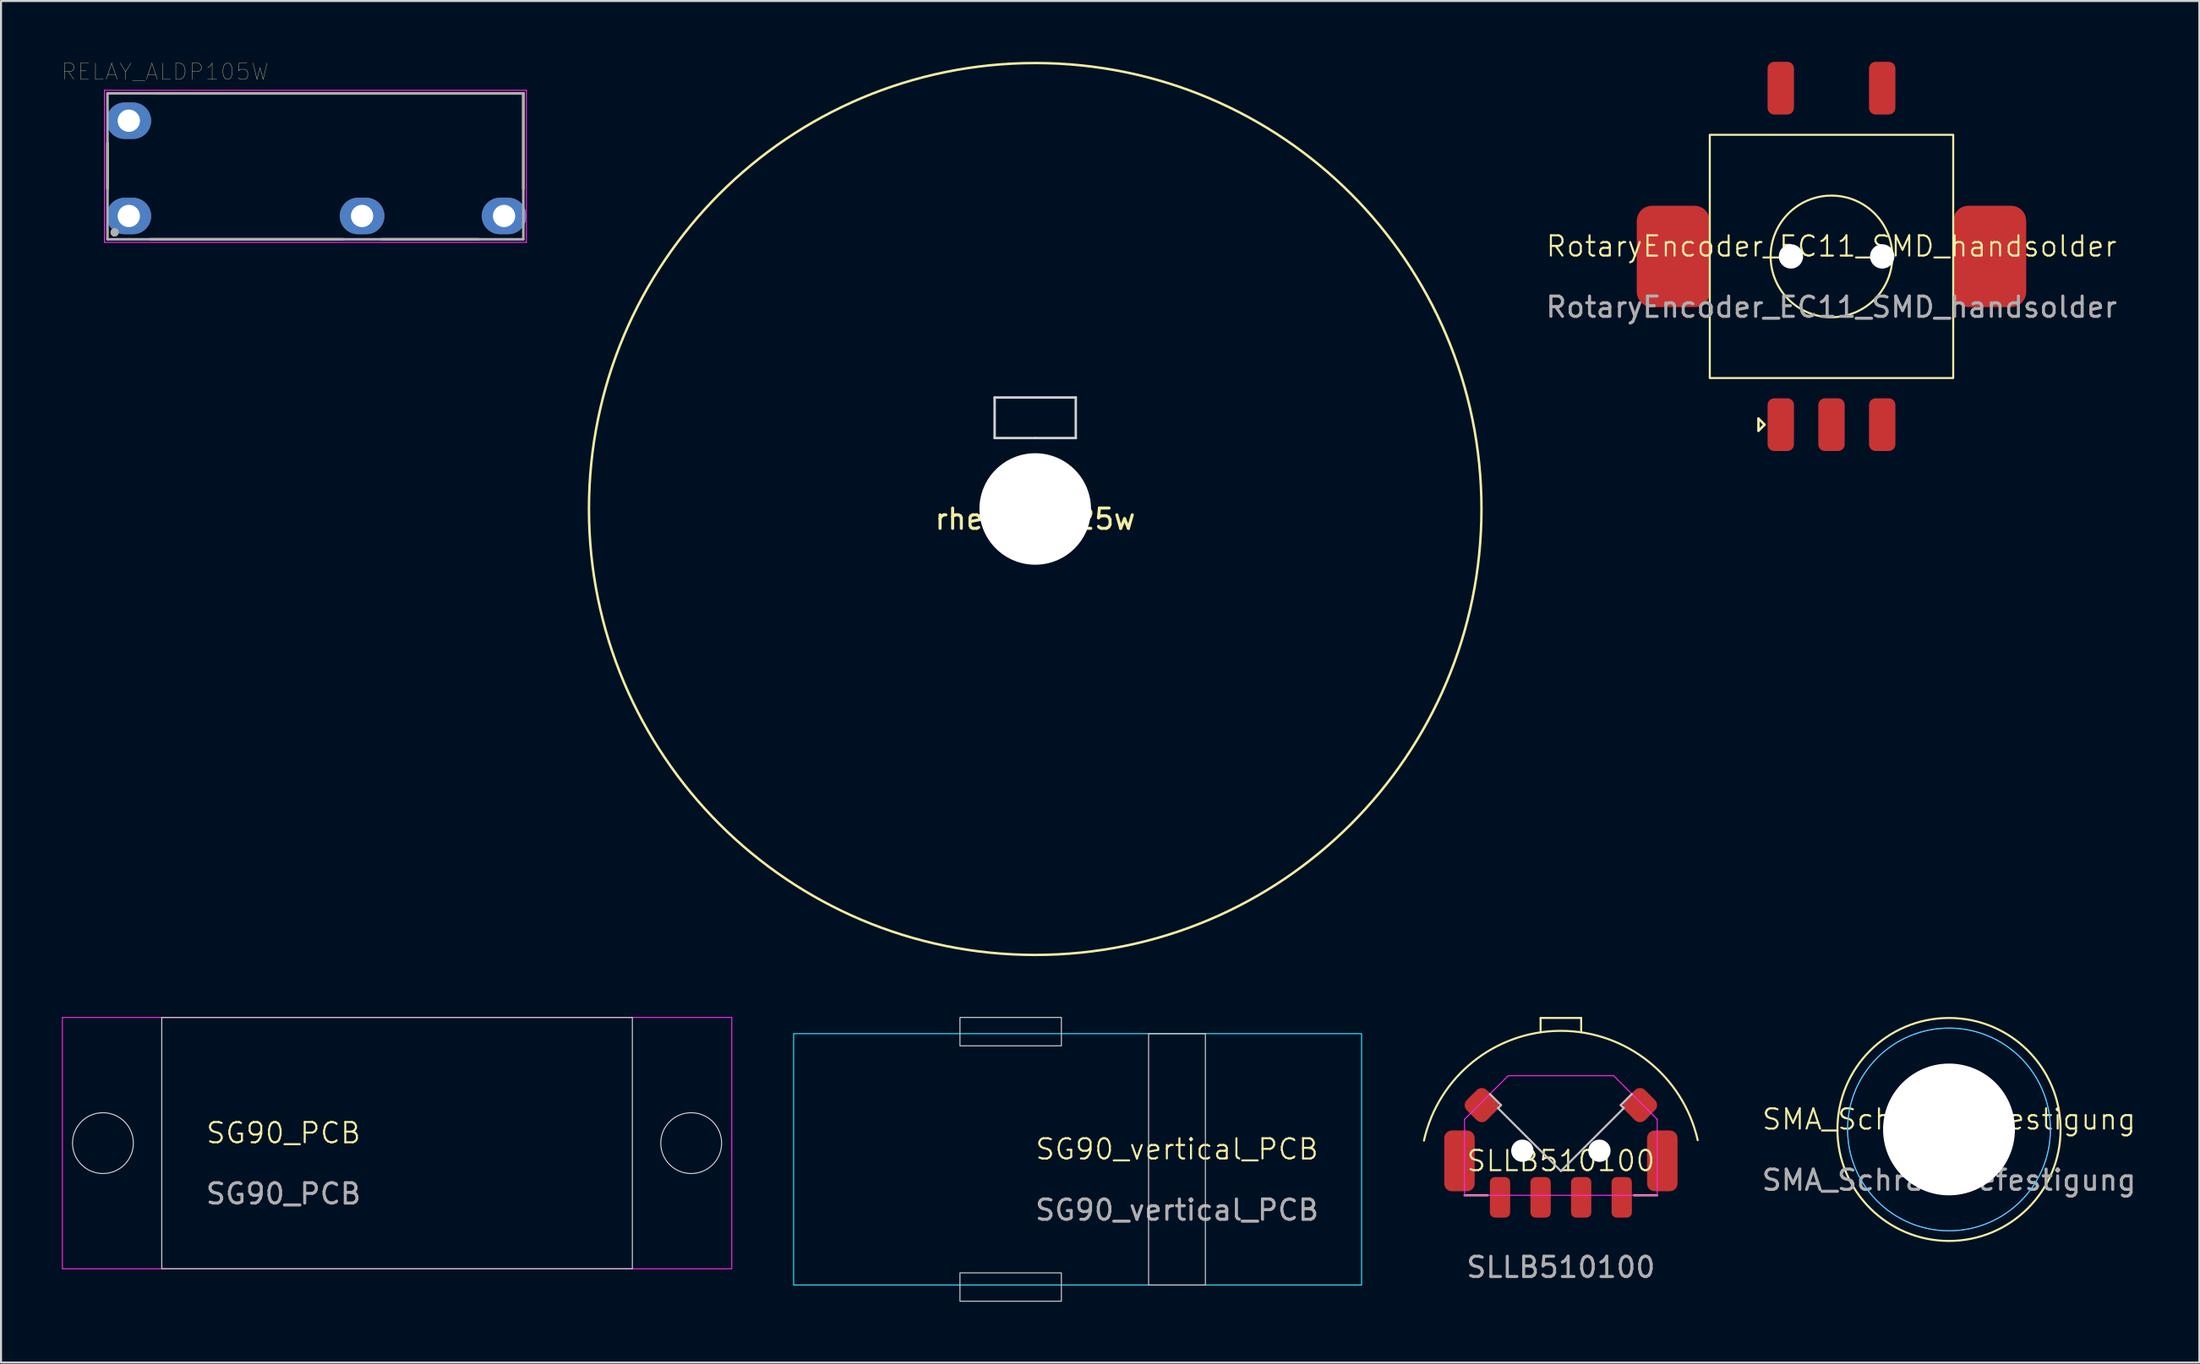
<source format=kicad_pcb>
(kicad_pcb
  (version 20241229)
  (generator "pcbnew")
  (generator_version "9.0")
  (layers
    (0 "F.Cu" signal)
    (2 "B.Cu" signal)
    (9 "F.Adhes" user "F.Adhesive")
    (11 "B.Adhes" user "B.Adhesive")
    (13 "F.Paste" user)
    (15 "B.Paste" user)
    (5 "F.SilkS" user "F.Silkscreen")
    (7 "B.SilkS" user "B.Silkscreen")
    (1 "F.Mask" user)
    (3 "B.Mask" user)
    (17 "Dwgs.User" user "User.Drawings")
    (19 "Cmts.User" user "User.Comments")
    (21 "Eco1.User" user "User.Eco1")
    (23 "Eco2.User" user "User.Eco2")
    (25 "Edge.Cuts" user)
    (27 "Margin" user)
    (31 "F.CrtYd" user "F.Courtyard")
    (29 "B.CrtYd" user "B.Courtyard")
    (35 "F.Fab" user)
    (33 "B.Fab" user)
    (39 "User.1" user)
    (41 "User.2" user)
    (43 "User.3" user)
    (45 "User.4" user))
  (footprint "SG90_PCB"
    (layer "F.Cu")
    (at 10.925 53.345)
    (property "Reference" "SG90_PCB" (at 0 -0.5 0) (unlocked yes) (layer "F.SilkS") (effects (font (size 1 1) (thickness 0.1))))
    (attr through_hole)
    (fp_rect (start -6 -6.2) (end 17.2 6.2) (stroke (width 0.05) (type default)) (fill no) (layer "Edge.Cuts"))
    (fp_circle (center -8.9 0) (end -8.9 -1.5) (stroke (width 0.05) (type default)) (fill no) (layer "Edge.Cuts"))
    (fp_circle (center 20.1 0) (end 20.1 -1.5) (stroke (width 0.05) (type default)) (fill no) (layer "Edge.Cuts"))
    (fp_rect (start -10.9 -6.2) (end 22.1 6.2) (stroke (width 0.05) (type default)) (fill no) (layer "F.CrtYd"))
    (fp_text user "${REFERENCE}" (at 0 2.5 0) (unlocked yes) (layer "F.Fab") (effects (font (size 1 1) (thickness 0.15)))))
  (footprint "RELAY_ALDP105W"
    (layer "F.Cu")
    (at 12.5 5.155)
    (property "Reference" "RELAY_ALDP105W" (at -7.415 -4.661 0) (layer "F.SilkS") (effects (font (size 0.8 0.8) (thickness 0.015))))
    (attr through_hole)
    (fp_line (start -10.25 1.1) (end -10.25 -1.15) (stroke (width 0.127) (type solid)) (layer "F.SilkS"))
    (fp_line (start -7.95 -3.6) (end 10.25 -3.6) (stroke (width 0.127) (type solid)) (layer "F.SilkS"))
    (fp_line (start 1.35 3.6) (end -8.15 3.6) (stroke (width 0.127) (type solid)) (layer "F.SilkS"))
    (fp_line (start 3.25 3.6) (end 8.05 3.6) (stroke (width 0.127) (type solid)) (layer "F.SilkS"))
    (fp_line (start 10.25 -3.6) (end 10.25 1.1) (stroke (width 0.127) (type solid)) (layer "F.SilkS"))
    (fp_circle (center -9.9 3.26) (end -9.8 3.26) (stroke (width 0.2) (type solid)) (fill no) (layer "F.SilkS"))
    (fp_line (start -10.4 -3.75) (end 10.4 -3.75) (stroke (width 0.05) (type solid)) (layer "F.CrtYd"))
    (fp_line (start -10.4 3.75) (end -10.4 -3.75) (stroke (width 0.05) (type solid)) (layer "F.CrtYd"))
    (fp_line (start 10.4 -3.75) (end 10.4 3.75) (stroke (width 0.05) (type solid)) (layer "F.CrtYd"))
    (fp_line (start 10.4 3.75) (end -10.4 3.75) (stroke (width 0.05) (type solid)) (layer "F.CrtYd"))
    (fp_line (start -10.25 -3.6) (end 10.25 -3.6) (stroke (width 0.127) (type solid)) (layer "F.Fab"))
    (fp_line (start -10.25 3.6) (end -10.25 -3.6) (stroke (width 0.127) (type solid)) (layer "F.Fab"))
    (fp_line (start 10.25 -3.6) (end 10.25 3.6) (stroke (width 0.127) (type solid)) (layer "F.Fab"))
    (fp_line (start 10.25 3.6) (end -10.25 3.6) (stroke (width 0.127) (type solid)) (layer "F.Fab"))
    (fp_circle (center -9.9 3.26) (end -9.8 3.26) (stroke (width 0.2) (type solid)) (fill no) (layer "F.Fab"))
    (pad "11" thru_hole oval (at 2.3 2.45) (size 2.2 1.8) (drill 1.1) (layers "*.Cu" "*.Mask"))
    (pad "14" thru_hole oval (at 9.3 2.45) (size 2.2 1.8) (drill 1.1) (layers "*.Cu" "*.Mask"))
    (pad "A1" thru_hole oval (at -9.2 2.45) (size 2.2 1.8) (drill 1.1) (layers "*.Cu" "*.Mask"))
    (pad "A2" thru_hole oval (at -9.2 -2.25) (size 2.2 1.8) (drill 1.1) (layers "*.Cu" "*.Mask")))
  (footprint "SMA_Schraubbefestigung"
    (layer "F.Cu")
    (at 93.034 52.67)
    (property "Reference" "SMA_Schraubbefestigung" (at 0 -0.5 0) (unlocked yes) (layer "F.SilkS") (effects (font (size 1 1) (thickness 0.1))))
    (attr through_hole)
    (fp_circle (center 0 0) (end 5.5 0) (stroke (width 0.1) (type default)) (fill no) (layer "F.SilkS"))
    (fp_circle (center 0 0) (end 0 -5) (stroke (width 0.05) (type default)) (fill no) (layer "B.CrtYd"))
    (fp_circle (center 0 0) (end 0 -5) (stroke (width 0.05) (type default)) (fill no) (layer "F.CrtYd"))
    (fp_text user "${REFERENCE}" (at 0 2.5 0) (unlocked yes) (layer "F.Fab") (effects (font (size 1 1) (thickness 0.15))))
    (pad "" np_thru_hole circle (at 0 0) (size 6.5 6.5) (drill 6.5) (layers "*.Cu" "*.Mask")))
  (footprint "SG90_vertical_PCB"
    (layer "F.Cu")
    (at 54.975 54.145)
    (property "Reference" "SG90_vertical_PCB" (at 0 -0.5 0) (unlocked yes) (layer "F.SilkS") (effects (font (size 1 1) (thickness 0.1))))
    (attr through_hole)
    (fp_rect (start -10.7 -7) (end -5.7 -5.6) (stroke (width 0.05) (type default)) (fill no) (layer "Edge.Cuts"))
    (fp_rect (start -10.7 5.6) (end -5.7 7) (stroke (width 0.05) (type default)) (fill no) (layer "Edge.Cuts"))
    (fp_rect (start -1.4 -6.2) (end 1.4 6.2) (stroke (width 0.05) (type default)) (fill no) (layer "Edge.Cuts"))
    (fp_rect (start -18.9 -6.2) (end 9.1 6.2) (stroke (width 0.05) (type default)) (fill no) (layer "B.CrtYd"))
    (fp_text user "${REFERENCE}" (at 0 2.5 0) (unlocked yes) (layer "F.Fab") (effects (font (size 1 1) (thickness 0.15)))))
  (footprint "SLLB510100"
    (layer "F.Cu")
    (at 73.9 54.72)
    (property "Reference" "SLLB510100" (at 0 -0.5 0) (unlocked yes) (layer "F.SilkS") (effects (font (size 1 1) (thickness 0.1))))
    (attr smd)
    (fp_line (start -3.6 1.2) (end -4.75 1.2) (stroke (width 0.1) (type default)) (layer "F.SilkS"))
    (fp_line (start -1 -7.55) (end 1 -7.55) (stroke (width 0.1) (type default)) (layer "F.SilkS"))
    (fp_line (start -1 -6.85) (end -1 -7.55) (stroke (width 0.1) (type default)) (layer "F.SilkS"))
    (fp_line (start 1 -7.55) (end 1 -6.85) (stroke (width 0.1) (type default)) (layer "F.SilkS"))
    (fp_line (start 3.6 1.2) (end 4.75 1.2) (stroke (width 0.1) (type default)) (layer "F.SilkS"))
    (fp_arc (start -6.75 -1.5) (mid -0.011002 -6.91465) (end 6.745192 -1.521472) (stroke (width 0.1) (type default)) (layer "F.SilkS"))
    (fp_line (start -3.1 -3.1) (end -2.95 -3.25) (stroke (width 0.1) (type default)) (layer "Dwgs.User"))
    (fp_line (start -2.95 -3.25) (end -3.5 -3.8) (stroke (width 0.1) (type default)) (layer "Dwgs.User"))
    (fp_line (start 0 0) (end -3.1 -3.1) (stroke (width 0.1) (type default)) (layer "Dwgs.User"))
    (fp_line (start 0 0) (end 3.1 -3.1) (stroke (width 0.1) (type default)) (layer "Dwgs.User"))
    (fp_line (start 2.95 -3.25) (end 3.5 -3.8) (stroke (width 0.1) (type default)) (layer "Dwgs.User"))
    (fp_line (start 3.1 -3.1) (end 2.95 -3.25) (stroke (width 0.1) (type default)) (layer "Dwgs.User"))
    (fp_line (start -4.75 -2.55) (end -2.6 -4.7) (stroke (width 0.05) (type default)) (layer "F.CrtYd"))
    (fp_line (start -4.75 1.2) (end -4.75 -2.55) (stroke (width 0.05) (type default)) (layer "F.CrtYd"))
    (fp_line (start -4.75 1.2) (end 4.75 1.2) (stroke (width 0.05) (type default)) (layer "F.CrtYd"))
    (fp_line (start 2.6 -4.7) (end -2.6 -4.7) (stroke (width 0.05) (type default)) (layer "F.CrtYd"))
    (fp_line (start 4.75 -2.55) (end 2.6 -4.7) (stroke (width 0.05) (type default)) (layer "F.CrtYd"))
    (fp_line (start 4.75 1.2) (end 4.75 -2.55) (stroke (width 0.05) (type default)) (layer "F.CrtYd"))
    (fp_text user "${REFERENCE}" (at 0 4.75 0) (unlocked yes) (layer "F.Fab") (effects (font (size 1 1) (thickness 0.15))))
    (pad "" np_thru_hole circle (at -1.9 -1) (size 1.1 1.1) (drill 1.1) (layers "*.Cu" "*.Mask"))
    (pad "" np_thru_hole circle (at 1.9 -1) (size 1.1 1.1) (drill 1.1) (layers "*.Cu" "*.Mask"))
    (pad "A" smd roundrect (at -3 1.3) (size 1 2) (layers "F.Cu" "F.Mask" "F.Paste") (roundrect_rratio 0.25))
    (pad "B" smd roundrect (at 3 1.3) (size 1 2) (layers "F.Cu" "F.Mask" "F.Paste") (roundrect_rratio 0.25))
    (pad "C" smd roundrect (at -1 1.3) (size 1 2) (layers "F.Cu" "F.Mask" "F.Paste") (roundrect_rratio 0.25))
    (pad "MP" smd roundrect (at -5 -0.5) (size 1.5 3) (layers "F.Cu" "F.Mask" "F.Paste") (roundrect_rratio 0.25))
    (pad "MP" smd roundrect (at -3.9 -3.25 45) (size 1.4 1.4) (layers "F.Cu" "F.Mask" "F.Paste") (roundrect_rratio 0.25))
    (pad "MP" smd roundrect (at 3.9 -3.25 45) (size 1.4 1.4) (layers "F.Cu" "F.Mask" "F.Paste") (roundrect_rratio 0.25))
    (pad "MP" smd roundrect (at 5 -0.5) (size 1.5 3) (layers "F.Cu" "F.Mask" "F.Paste") (roundrect_rratio 0.25))
    (pad "S" smd roundrect (at 1 1.3) (size 1 2) (layers "F.Cu" "F.Mask" "F.Paste") (roundrect_rratio 0.25)))
  (footprint "RotaryEncoder_EC11_SMD_handsolder"
    (layer "F.Cu")
    (at 87.241 9.6)
    (property "Reference" "RotaryEncoder_EC11_SMD_handsolder" (at 0 -0.5 0) (unlocked yes) (layer "F.SilkS") (effects (font (size 1 1) (thickness 0.1))))
    (attr smd)
    (fp_line (start -3.6 8) (end -3.3 8.3) (stroke (width 0.12) (type solid)) (layer "F.SilkS"))
    (fp_line (start -3.6 8.6) (end -3.6 8) (stroke (width 0.12) (type solid)) (layer "F.SilkS"))
    (fp_line (start -3.3 8.3) (end -3.6 8.6) (stroke (width 0.12) (type solid)) (layer "F.SilkS"))
    (fp_rect (start -6 -6) (end 6 6) (stroke (width 0.1) (type default)) (fill no) (layer "F.SilkS"))
    (fp_circle (center 0 0) (end 0 -3) (stroke (width 0.1) (type default)) (fill no) (layer "F.SilkS"))
    (fp_text user "${REFERENCE}" (at 0 2.5 0) (unlocked yes) (layer "F.Fab") (effects (font (size 1 1) (thickness 0.15))))
    (pad "" np_thru_hole circle (at -2 0) (size 1.2 1.2) (drill 1.2) (layers "*.Cu" "*.Mask"))
    (pad "" np_thru_hole circle (at 2.5 0) (size 1.2 1.2) (drill 1.2) (layers "*.Cu" "*.Mask"))
    (pad "A" smd roundrect (at -2.5 8.3) (size 1.3 2.6) (layers "F.Cu" "F.Mask" "F.Paste") (roundrect_rratio 0.25))
    (pad "B" smd roundrect (at 2.5 8.3) (size 1.3 2.6) (layers "F.Cu" "F.Mask" "F.Paste") (roundrect_rratio 0.25))
    (pad "C" smd roundrect (at 0 8.3) (size 1.3 2.6) (layers "F.Cu" "F.Mask" "F.Paste") (roundrect_rratio 0.25))
    (pad "MP" smd roundrect (at -7.8 0) (size 3.6 5) (layers "F.Cu" "F.Mask" "F.Paste") (roundrect_rratio 0.208))
    (pad "MP" smd roundrect (at 7.8 0) (size 3.6 5) (layers "F.Cu" "F.Mask" "F.Paste") (roundrect_rratio 0.208))
    (pad "S1" smd roundrect (at -2.5 -8.3) (size 1.3 2.6) (layers "F.Cu" "F.Mask" "F.Paste") (roundrect_rratio 0.25))
    (pad "S2" smd roundrect (at 2.5 -8.3) (size 1.3 2.6) (layers "F.Cu" "F.Mask" "F.Paste") (roundrect_rratio 0.25)))
  (footprint "rheostat_25w"
    (layer "F.Cu")
    (at 47.985 22.06)
    (property "Reference" "rheostat_25w" (at 0 0.5 0) (layer "F.SilkS") (effects (font (size 1 1) (thickness 0.15))))
    (attr through_hole)
    (fp_circle (center 0 0) (end 0 -22) (stroke (width 0.12) (type solid)) (fill no) (layer "F.SilkS"))
    (fp_line (start -2 -5.5) (end 2 -5.5) (stroke (width 0.12) (type solid)) (layer "Edge.Cuts"))
    (fp_line (start -2 -3.5) (end -2 -5.5) (stroke (width 0.12) (type solid)) (layer "Edge.Cuts"))
    (fp_line (start 0 -3.5) (end -2 -3.5) (stroke (width 0.12) (type solid)) (layer "Edge.Cuts"))
    (fp_line (start 2 -5.5) (end 2 -3.5) (stroke (width 0.12) (type solid)) (layer "Edge.Cuts"))
    (fp_line (start 2 -3.5) (end 0 -3.5) (stroke (width 0.12) (type solid)) (layer "Edge.Cuts"))
    (pad "" np_thru_hole circle (at 0 0) (size 5.5 5.5) (drill 5.5) (layers "*.Cu" "*.Mask")))
  (gr_rect
    (start -3 -3)
    (end 105.374 64.17)
    (stroke (width 0.1) (type default))
    (fill no)
    (layer "Edge.Cuts")))
</source>
